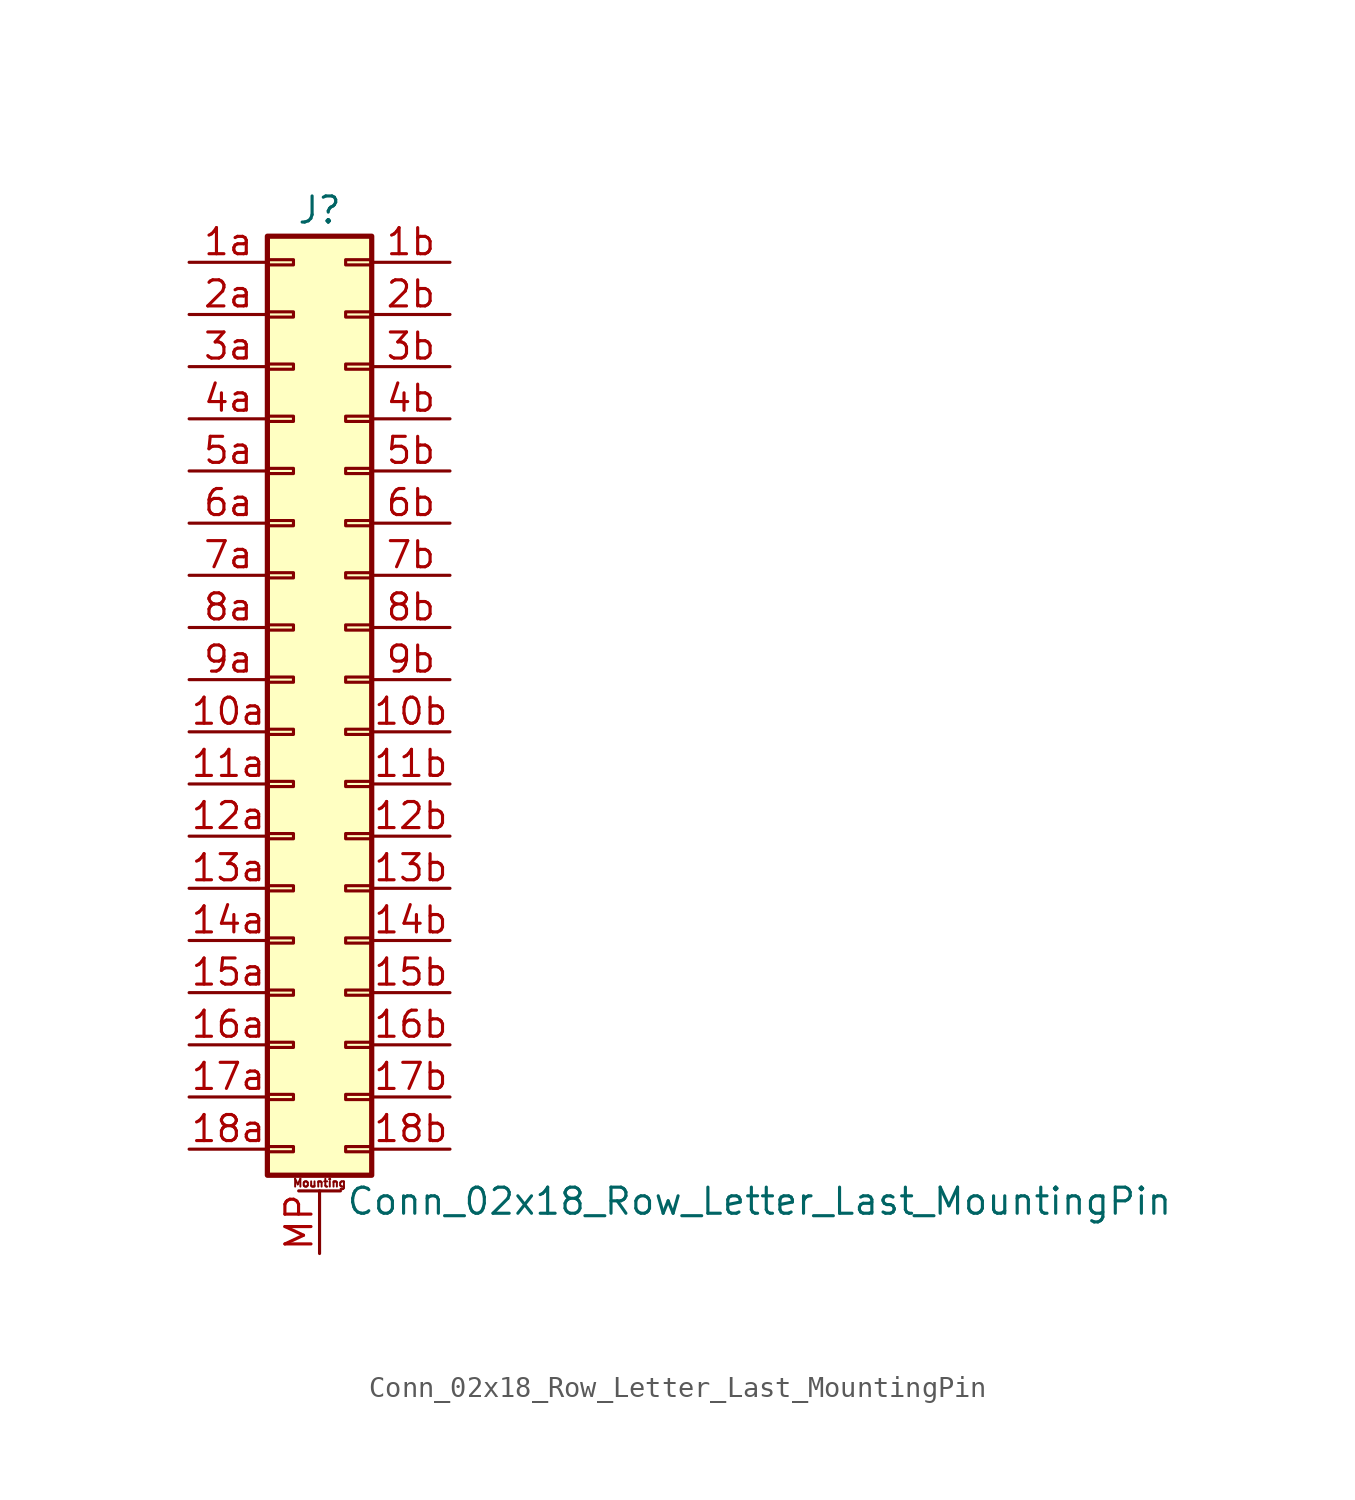
<source format=kicad_sym>
(kicad_symbol_lib
  (version 20201005)
  (generator kicad_symbol_editor)
  (symbol "Conn_02x18_Row_Letter_Last_MountingPin"
    (pin_names
      (offset 1.016) hide)
    (property "Reference" "J"
      (at 1.27 22.86 0)
      (effects (font (size 1.27 1.27))))
    (property "Value" "Conn_02x18_Row_Letter_Last_MountingPin"
      (at 2.54 -25.4 0)
      (effects (font (size 1.27 1.27)) (justify left)))
    (symbol "Conn_02x18_Row_Letter_Last_MountingPin_1_1"
      (text "Mounting" (at 1.27 -24.511 0) (effects (font (size 0.381 0.381))))
      (rectangle (start -1.27 -22.733) (end 0 -22.987) (stroke (width 0.152)) (fill (type none)))
      (rectangle (start -1.27 -20.193) (end 0 -20.447) (stroke (width 0.152)) (fill (type none)))
      (rectangle (start -1.27 -17.653) (end 0 -17.907) (stroke (width 0.152)) (fill (type none)))
      (rectangle (start -1.27 -15.113) (end 0 -15.367) (stroke (width 0.152)) (fill (type none)))
      (rectangle (start -1.27 -12.573) (end 0 -12.827) (stroke (width 0.152)) (fill (type none)))
      (rectangle (start -1.27 -10.033) (end 0 -10.287) (stroke (width 0.152)) (fill (type none)))
      (rectangle (start -1.27 -7.493) (end 0 -7.747) (stroke (width 0.152)) (fill (type none)))
      (rectangle (start -1.27 -4.953) (end 0 -5.207) (stroke (width 0.152)) (fill (type none)))
      (rectangle (start -1.27 -2.413) (end 0 -2.667) (stroke (width 0.152)) (fill (type none)))
      (rectangle (start -1.27 0.127) (end 0 -0.127) (stroke (width 0.152)) (fill (type none)))
      (rectangle (start -1.27 2.667) (end 0 2.413) (stroke (width 0.152)) (fill (type none)))
      (rectangle (start -1.27 5.207) (end 0 4.953) (stroke (width 0.152)) (fill (type none)))
      (rectangle (start -1.27 7.747) (end 0 7.493) (stroke (width 0.152)) (fill (type none)))
      (rectangle (start -1.27 10.287) (end 0 10.033) (stroke (width 0.152)) (fill (type none)))
      (rectangle (start -1.27 12.827) (end 0 12.573) (stroke (width 0.152)) (fill (type none)))
      (rectangle (start -1.27 15.367) (end 0 15.113) (stroke (width 0.152)) (fill (type none)))
      (rectangle (start -1.27 17.907) (end 0 17.653) (stroke (width 0.152)) (fill (type none)))
      (rectangle (start -1.27 20.447) (end 0 20.193) (stroke (width 0.152)) (fill (type none)))
      (rectangle (start -1.27 21.59) (end 3.81 -24.13) (stroke (width 0.254)) (fill (type background)))
      (rectangle (start 3.81 -22.733) (end 2.54 -22.987) (stroke (width 0.152)) (fill (type none)))
      (rectangle (start 3.81 -20.193) (end 2.54 -20.447) (stroke (width 0.152)) (fill (type none)))
      (rectangle (start 3.81 -17.653) (end 2.54 -17.907) (stroke (width 0.152)) (fill (type none)))
      (rectangle (start 3.81 -15.113) (end 2.54 -15.367) (stroke (width 0.152)) (fill (type none)))
      (rectangle (start 3.81 -12.573) (end 2.54 -12.827) (stroke (width 0.152)) (fill (type none)))
      (rectangle (start 3.81 -10.033) (end 2.54 -10.287) (stroke (width 0.152)) (fill (type none)))
      (rectangle (start 3.81 -7.493) (end 2.54 -7.747) (stroke (width 0.152)) (fill (type none)))
      (rectangle (start 3.81 -4.953) (end 2.54 -5.207) (stroke (width 0.152)) (fill (type none)))
      (rectangle (start 3.81 -2.413) (end 2.54 -2.667) (stroke (width 0.152)) (fill (type none)))
      (rectangle (start 3.81 0.127) (end 2.54 -0.127) (stroke (width 0.152)) (fill (type none)))
      (rectangle (start 3.81 2.667) (end 2.54 2.413) (stroke (width 0.152)) (fill (type none)))
      (rectangle (start 3.81 5.207) (end 2.54 4.953) (stroke (width 0.152)) (fill (type none)))
      (rectangle (start 3.81 7.747) (end 2.54 7.493) (stroke (width 0.152)) (fill (type none)))
      (rectangle (start 3.81 10.287) (end 2.54 10.033) (stroke (width 0.152)) (fill (type none)))
      (rectangle (start 3.81 12.827) (end 2.54 12.573) (stroke (width 0.152)) (fill (type none)))
      (rectangle (start 3.81 15.367) (end 2.54 15.113) (stroke (width 0.152)) (fill (type none)))
      (rectangle (start 3.81 17.907) (end 2.54 17.653) (stroke (width 0.152)) (fill (type none)))
      (rectangle (start 3.81 20.447) (end 2.54 20.193) (stroke (width 0.152)) (fill (type none)))
      (polyline (pts (xy 0.254 -24.892) (xy 2.286 -24.892)) (stroke (width 0.152)) (fill (type none)))
      (pin passive line (at -5.08 -2.54 0) (length 3.81) (name "Pin_10a" (effects (font (size 1.27 1.27)))) (number "10a" (effects (font (size 1.27 1.27)))))
      (pin passive line (at 7.62 -2.54 180) (length 3.81) (name "Pin_10b" (effects (font (size 1.27 1.27)))) (number "10b" (effects (font (size 1.27 1.27)))))
      (pin passive line (at -5.08 -5.08 0) (length 3.81) (name "Pin_11a" (effects (font (size 1.27 1.27)))) (number "11a" (effects (font (size 1.27 1.27)))))
      (pin passive line (at 7.62 -5.08 180) (length 3.81) (name "Pin_11b" (effects (font (size 1.27 1.27)))) (number "11b" (effects (font (size 1.27 1.27)))))
      (pin passive line (at -5.08 -7.62 0) (length 3.81) (name "Pin_12a" (effects (font (size 1.27 1.27)))) (number "12a" (effects (font (size 1.27 1.27)))))
      (pin passive line (at 7.62 -7.62 180) (length 3.81) (name "Pin_12b" (effects (font (size 1.27 1.27)))) (number "12b" (effects (font (size 1.27 1.27)))))
      (pin passive line (at -5.08 -10.16 0) (length 3.81) (name "Pin_13a" (effects (font (size 1.27 1.27)))) (number "13a" (effects (font (size 1.27 1.27)))))
      (pin passive line (at 7.62 -10.16 180) (length 3.81) (name "Pin_13b" (effects (font (size 1.27 1.27)))) (number "13b" (effects (font (size 1.27 1.27)))))
      (pin passive line (at -5.08 -12.7 0) (length 3.81) (name "Pin_14a" (effects (font (size 1.27 1.27)))) (number "14a" (effects (font (size 1.27 1.27)))))
      (pin passive line (at 7.62 -12.7 180) (length 3.81) (name "Pin_14b" (effects (font (size 1.27 1.27)))) (number "14b" (effects (font (size 1.27 1.27)))))
      (pin passive line (at -5.08 -15.24 0) (length 3.81) (name "Pin_15a" (effects (font (size 1.27 1.27)))) (number "15a" (effects (font (size 1.27 1.27)))))
      (pin passive line (at 7.62 -15.24 180) (length 3.81) (name "Pin_15b" (effects (font (size 1.27 1.27)))) (number "15b" (effects (font (size 1.27 1.27)))))
      (pin passive line (at -5.08 -17.78 0) (length 3.81) (name "Pin_16a" (effects (font (size 1.27 1.27)))) (number "16a" (effects (font (size 1.27 1.27)))))
      (pin passive line (at 7.62 -17.78 180) (length 3.81) (name "Pin_16b" (effects (font (size 1.27 1.27)))) (number "16b" (effects (font (size 1.27 1.27)))))
      (pin passive line (at -5.08 -20.32 0) (length 3.81) (name "Pin_17a" (effects (font (size 1.27 1.27)))) (number "17a" (effects (font (size 1.27 1.27)))))
      (pin passive line (at 7.62 -20.32 180) (length 3.81) (name "Pin_17b" (effects (font (size 1.27 1.27)))) (number "17b" (effects (font (size 1.27 1.27)))))
      (pin passive line (at -5.08 -22.86 0) (length 3.81) (name "Pin_18a" (effects (font (size 1.27 1.27)))) (number "18a" (effects (font (size 1.27 1.27)))))
      (pin passive line (at 7.62 -22.86 180) (length 3.81) (name "Pin_18b" (effects (font (size 1.27 1.27)))) (number "18b" (effects (font (size 1.27 1.27)))))
      (pin passive line (at -5.08 20.32 0) (length 3.81) (name "Pin_1a" (effects (font (size 1.27 1.27)))) (number "1a" (effects (font (size 1.27 1.27)))))
      (pin passive line (at 7.62 20.32 180) (length 3.81) (name "Pin_1b" (effects (font (size 1.27 1.27)))) (number "1b" (effects (font (size 1.27 1.27)))))
      (pin passive line (at -5.08 17.78 0) (length 3.81) (name "Pin_2a" (effects (font (size 1.27 1.27)))) (number "2a" (effects (font (size 1.27 1.27)))))
      (pin passive line (at 7.62 17.78 180) (length 3.81) (name "Pin_2b" (effects (font (size 1.27 1.27)))) (number "2b" (effects (font (size 1.27 1.27)))))
      (pin passive line (at -5.08 15.24 0) (length 3.81) (name "Pin_3a" (effects (font (size 1.27 1.27)))) (number "3a" (effects (font (size 1.27 1.27)))))
      (pin passive line (at 7.62 15.24 180) (length 3.81) (name "Pin_3b" (effects (font (size 1.27 1.27)))) (number "3b" (effects (font (size 1.27 1.27)))))
      (pin passive line (at -5.08 12.7 0) (length 3.81) (name "Pin_4a" (effects (font (size 1.27 1.27)))) (number "4a" (effects (font (size 1.27 1.27)))))
      (pin passive line (at 7.62 12.7 180) (length 3.81) (name "Pin_4b" (effects (font (size 1.27 1.27)))) (number "4b" (effects (font (size 1.27 1.27)))))
      (pin passive line (at -5.08 10.16 0) (length 3.81) (name "Pin_5a" (effects (font (size 1.27 1.27)))) (number "5a" (effects (font (size 1.27 1.27)))))
      (pin passive line (at 7.62 10.16 180) (length 3.81) (name "Pin_5b" (effects (font (size 1.27 1.27)))) (number "5b" (effects (font (size 1.27 1.27)))))
      (pin passive line (at -5.08 7.62 0) (length 3.81) (name "Pin_6a" (effects (font (size 1.27 1.27)))) (number "6a" (effects (font (size 1.27 1.27)))))
      (pin passive line (at 7.62 7.62 180) (length 3.81) (name "Pin_6b" (effects (font (size 1.27 1.27)))) (number "6b" (effects (font (size 1.27 1.27)))))
      (pin passive line (at -5.08 5.08 0) (length 3.81) (name "Pin_7a" (effects (font (size 1.27 1.27)))) (number "7a" (effects (font (size 1.27 1.27)))))
      (pin passive line (at 7.62 5.08 180) (length 3.81) (name "Pin_7b" (effects (font (size 1.27 1.27)))) (number "7b" (effects (font (size 1.27 1.27)))))
      (pin passive line (at -5.08 2.54 0) (length 3.81) (name "Pin_8a" (effects (font (size 1.27 1.27)))) (number "8a" (effects (font (size 1.27 1.27)))))
      (pin passive line (at 7.62 2.54 180) (length 3.81) (name "Pin_8b" (effects (font (size 1.27 1.27)))) (number "8b" (effects (font (size 1.27 1.27)))))
      (pin passive line (at -5.08 0 0) (length 3.81) (name "Pin_9a" (effects (font (size 1.27 1.27)))) (number "9a" (effects (font (size 1.27 1.27)))))
      (pin passive line (at 7.62 0 180) (length 3.81) (name "Pin_9b" (effects (font (size 1.27 1.27)))) (number "9b" (effects (font (size 1.27 1.27)))))
      (pin passive line (at 1.27 -27.94 90) (length 3.048) (name "MountPin" (effects (font (size 1.27 1.27)))) (number "MP" (effects (font (size 1.27 1.27))))))))
</source>
